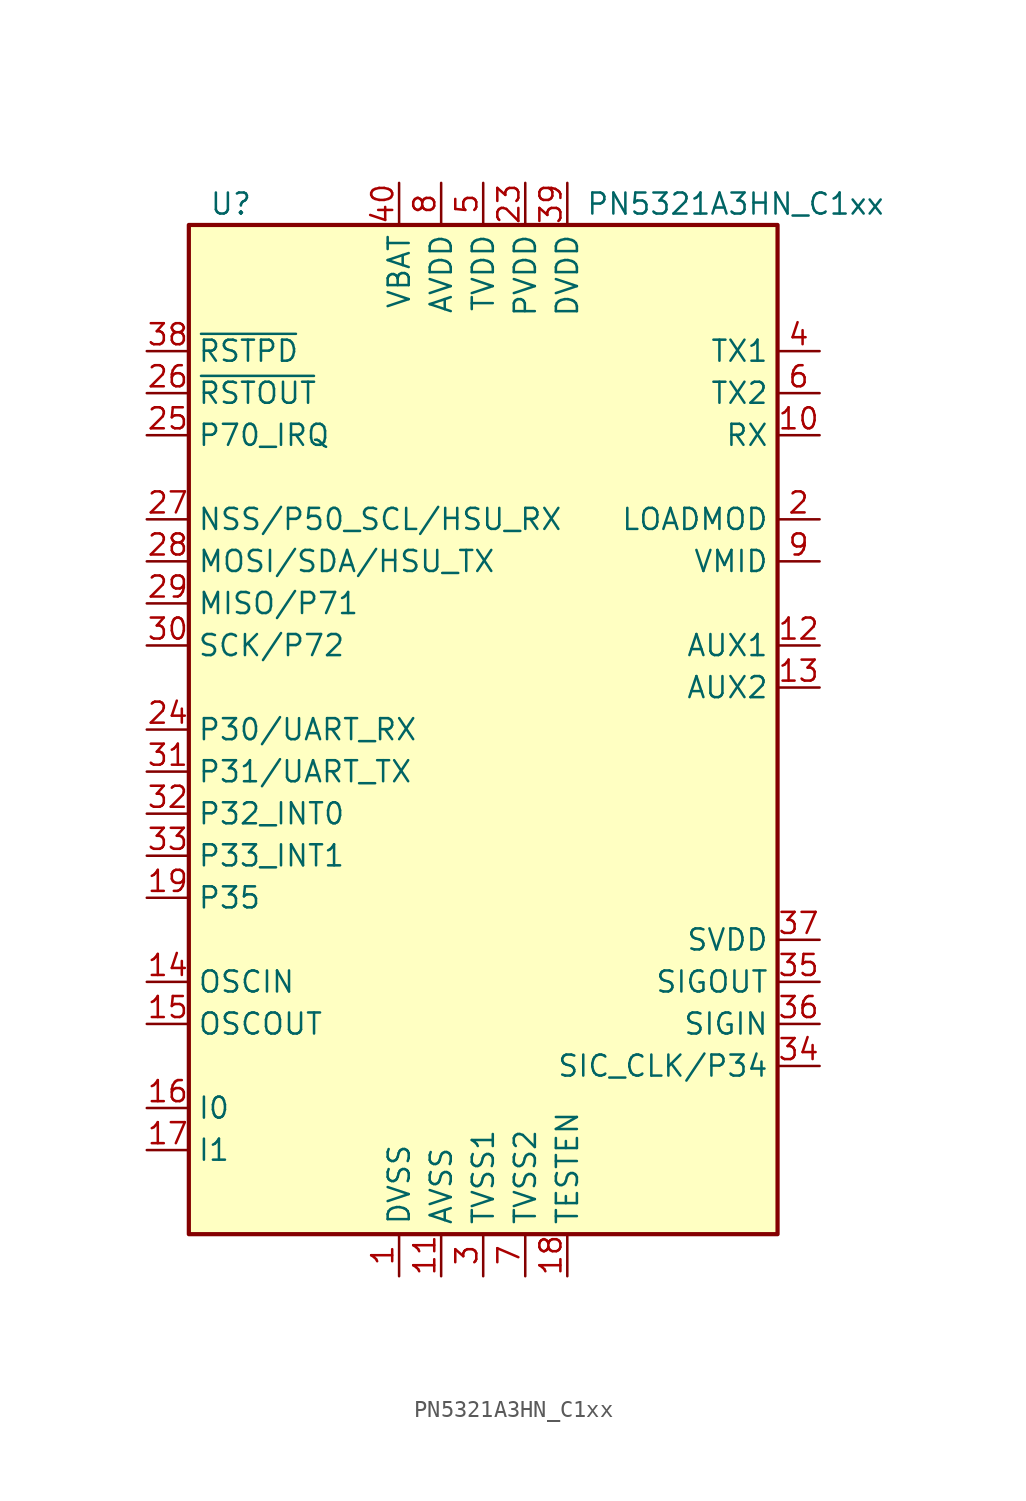
<source format=kicad_sym>
(kicad_symbol_lib
  (version 20200908)
  (generator kicad_symbol_editor)
  (symbol "RF_NFC:PN5321A3HN_C1xx"
    (property "Reference" "U"
      (at -15.24 31.75 0)
      (effects (font (size 1.27 1.27))))
    (property "Value" "PN5321A3HN_C1xx"
      (at 15.24 31.75 0)
      (effects (font (size 1.27 1.27))))
    (symbol "PN5321A3HN_C1xx_0_1"
      (rectangle (start -17.78 30.48) (end 17.78 -30.48) (stroke (width 0.254)) (fill (type background))))
    (symbol "PN5321A3HN_C1xx_1_1"
      (pin power_in line (at -5.08 -33.02 90) (length 2.54) (name "DVSS" (effects (font (size 1.27 1.27)))) (number "1" (effects (font (size 1.27 1.27)))))
      (pin input line (at 20.32 17.78 180) (length 2.54) (name "RX" (effects (font (size 1.27 1.27)))) (number "10" (effects (font (size 1.27 1.27)))))
      (pin power_in line (at -2.54 -33.02 90) (length 2.54) (name "AVSS" (effects (font (size 1.27 1.27)))) (number "11" (effects (font (size 1.27 1.27)))))
      (pin output line (at 20.32 5.08 180) (length 2.54) (name "AUX1" (effects (font (size 1.27 1.27)))) (number "12" (effects (font (size 1.27 1.27)))))
      (pin output line (at 20.32 2.54 180) (length 2.54) (name "AUX2" (effects (font (size 1.27 1.27)))) (number "13" (effects (font (size 1.27 1.27)))))
      (pin input line (at -20.32 -15.24 0) (length 2.54) (name "OSCIN" (effects (font (size 1.27 1.27)))) (number "14" (effects (font (size 1.27 1.27)))))
      (pin output line (at -20.32 -17.78 0) (length 2.54) (name "OSCOUT" (effects (font (size 1.27 1.27)))) (number "15" (effects (font (size 1.27 1.27)))))
      (pin passive line (at -20.32 -22.86 0) (length 2.54) (name "I0" (effects (font (size 1.27 1.27)))) (number "16" (effects (font (size 1.27 1.27)))))
      (pin passive line (at -20.32 -25.4 0) (length 2.54) (name "I1" (effects (font (size 1.27 1.27)))) (number "17" (effects (font (size 1.27 1.27)))))
      (pin passive line (at 5.08 -33.02 90) (length 2.54) (name "TESTEN" (effects (font (size 1.27 1.27)))) (number "18" (effects (font (size 1.27 1.27)))))
      (pin bidirectional line (at -20.32 -10.16 0) (length 2.54) (name "P35" (effects (font (size 1.27 1.27)))) (number "19" (effects (font (size 1.27 1.27)))))
      (pin output line (at 20.32 12.7 180) (length 2.54) (name "LOADMOD" (effects (font (size 1.27 1.27)))) (number "2" (effects (font (size 1.27 1.27)))))
      (pin unconnected line (at 17.78 -2.54 180) (length 2.54) hide (name "N.C." (effects (font (size 1.27 1.27)))) (number "20" (effects (font (size 1.27 1.27)))))
      (pin unconnected line (at 17.78 -5.08 180) (length 2.54) hide (name "N.C." (effects (font (size 1.27 1.27)))) (number "21" (effects (font (size 1.27 1.27)))))
      (pin unconnected line (at 17.78 -7.62 180) (length 2.54) hide (name "N.C." (effects (font (size 1.27 1.27)))) (number "22" (effects (font (size 1.27 1.27)))))
      (pin power_in line (at 2.54 33.02 270) (length 2.54) (name "PVDD" (effects (font (size 1.27 1.27)))) (number "23" (effects (font (size 1.27 1.27)))))
      (pin bidirectional line (at -20.32 0 0) (length 2.54) (name "P30/UART_RX" (effects (font (size 1.27 1.27)))) (number "24" (effects (font (size 1.27 1.27)))))
      (pin bidirectional line (at -20.32 17.78 0) (length 2.54) (name "P70_IRQ" (effects (font (size 1.27 1.27)))) (number "25" (effects (font (size 1.27 1.27)))))
      (pin output line (at -20.32 20.32 0) (length 2.54) (name "~RSTOUT" (effects (font (size 1.27 1.27)))) (number "26" (effects (font (size 1.27 1.27)))))
      (pin bidirectional line (at -20.32 12.7 0) (length 2.54) (name "NSS/P50_SCL/HSU_RX" (effects (font (size 1.27 1.27)))) (number "27" (effects (font (size 1.27 1.27)))))
      (pin bidirectional line (at -20.32 10.16 0) (length 2.54) (name "MOSI/SDA/HSU_TX" (effects (font (size 1.27 1.27)))) (number "28" (effects (font (size 1.27 1.27)))))
      (pin bidirectional line (at -20.32 7.62 0) (length 2.54) (name "MISO/P71" (effects (font (size 1.27 1.27)))) (number "29" (effects (font (size 1.27 1.27)))))
      (pin power_in line (at 0 -33.02 90) (length 2.54) (name "TVSS1" (effects (font (size 1.27 1.27)))) (number "3" (effects (font (size 1.27 1.27)))))
      (pin bidirectional line (at -20.32 5.08 0) (length 2.54) (name "SCK/P72" (effects (font (size 1.27 1.27)))) (number "30" (effects (font (size 1.27 1.27)))))
      (pin bidirectional line (at -20.32 -2.54 0) (length 2.54) (name "P31/UART_TX" (effects (font (size 1.27 1.27)))) (number "31" (effects (font (size 1.27 1.27)))))
      (pin bidirectional line (at -20.32 -5.08 0) (length 2.54) (name "P32_INT0" (effects (font (size 1.27 1.27)))) (number "32" (effects (font (size 1.27 1.27)))))
      (pin bidirectional line (at -20.32 -7.62 0) (length 2.54) (name "P33_INT1" (effects (font (size 1.27 1.27)))) (number "33" (effects (font (size 1.27 1.27)))))
      (pin bidirectional line (at 20.32 -20.32 180) (length 2.54) (name "SIC_CLK/P34" (effects (font (size 1.27 1.27)))) (number "34" (effects (font (size 1.27 1.27)))))
      (pin output line (at 20.32 -15.24 180) (length 2.54) (name "SIGOUT" (effects (font (size 1.27 1.27)))) (number "35" (effects (font (size 1.27 1.27)))))
      (pin input line (at 20.32 -17.78 180) (length 2.54) (name "SIGIN" (effects (font (size 1.27 1.27)))) (number "36" (effects (font (size 1.27 1.27)))))
      (pin output line (at 20.32 -12.7 180) (length 2.54) (name "SVDD" (effects (font (size 1.27 1.27)))) (number "37" (effects (font (size 1.27 1.27)))))
      (pin input line (at -20.32 22.86 0) (length 2.54) (name "~RSTPD" (effects (font (size 1.27 1.27)))) (number "38" (effects (font (size 1.27 1.27)))))
      (pin power_out line (at 5.08 33.02 270) (length 2.54) (name "DVDD" (effects (font (size 1.27 1.27)))) (number "39" (effects (font (size 1.27 1.27)))))
      (pin output line (at 20.32 22.86 180) (length 2.54) (name "TX1" (effects (font (size 1.27 1.27)))) (number "4" (effects (font (size 1.27 1.27)))))
      (pin power_in line (at -5.08 33.02 270) (length 2.54) (name "VBAT" (effects (font (size 1.27 1.27)))) (number "40" (effects (font (size 1.27 1.27)))))
      (pin passive line (at -2.54 -33.02 90) (length 2.54) hide (name "AVSS" (effects (font (size 1.27 1.27)))) (number "41" (effects (font (size 1.27 1.27)))))
      (pin power_in line (at 0 33.02 270) (length 2.54) (name "TVDD" (effects (font (size 1.27 1.27)))) (number "5" (effects (font (size 1.27 1.27)))))
      (pin output line (at 20.32 20.32 180) (length 2.54) (name "TX2" (effects (font (size 1.27 1.27)))) (number "6" (effects (font (size 1.27 1.27)))))
      (pin power_in line (at 2.54 -33.02 90) (length 2.54) (name "TVSS2" (effects (font (size 1.27 1.27)))) (number "7" (effects (font (size 1.27 1.27)))))
      (pin power_in line (at -2.54 33.02 270) (length 2.54) (name "AVDD" (effects (font (size 1.27 1.27)))) (number "8" (effects (font (size 1.27 1.27)))))
      (pin output line (at 20.32 10.16 180) (length 2.54) (name "VMID" (effects (font (size 1.27 1.27)))) (number "9" (effects (font (size 1.27 1.27))))))))
</source>
